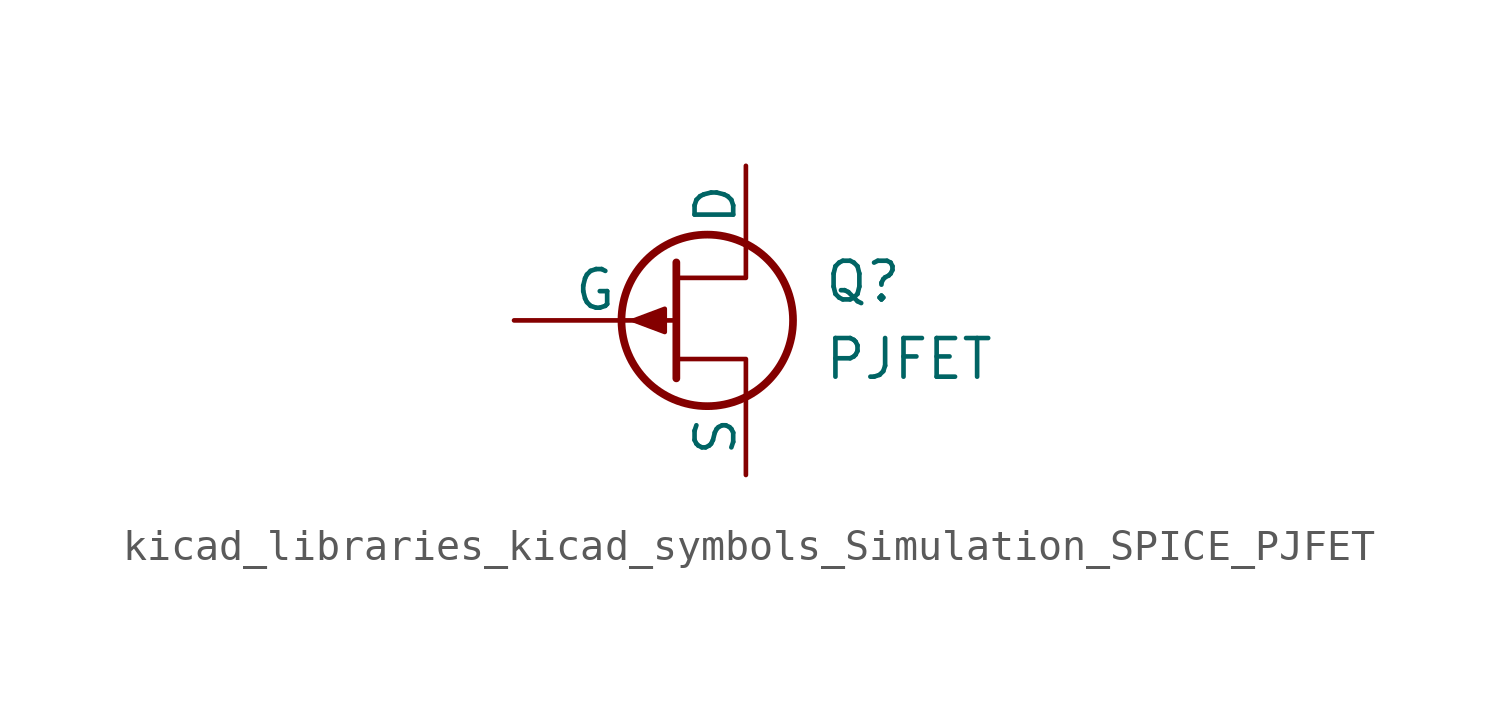
<source format=kicad_sym>
(kicad_symbol_lib
  (version 20220914)
  (generator kicad_symbol_editor)
  (symbol "kicad_libraries_kicad_symbols_Simulation_SPICE_PJFET"
    (pin_numbers hide)
    (pin_names
      (offset 0))
    (property "Reference" "Q"
      (at 5.08 1.27 0)
      (effects (font (size 1.27 1.27)) (justify left)))
    (property "Value" "PJFET"
      (at 5.08 -1.27 0)
      (effects (font (size 1.27 1.27)) (justify left)))
    (symbol "kicad_libraries_kicad_symbols_Simulation_SPICE_PJFET_0_1"
      (polyline (pts (xy 0.254 1.905) (xy 0.254 -1.905) (xy 0.254 -1.905)) (stroke (width 0.254) (type default)) (fill (type none)))
      (polyline (pts (xy 2.54 -2.54) (xy 2.54 -1.27) (xy 0.254 -1.27)) (stroke (width 0) (type default)) (fill (type none)))
      (polyline (pts (xy 2.54 2.54) (xy 2.54 1.397) (xy 0.254 1.397)) (stroke (width 0) (type default)) (fill (type none)))
      (polyline (pts (xy -1.143 0) (xy -0.127 0.381) (xy -0.127 -0.381) (xy -1.143 0)) (stroke (width 0) (type default)) (fill (type outline)))
      (circle (center 1.27 0) (radius 2.819) (stroke (width 0.254) (type default)) (fill (type none))))
    (symbol "kicad_libraries_kicad_symbols_Simulation_SPICE_PJFET_1_1"
      (pin passive line (at 2.54 5.08 270) (length 2.54) (name "D" (effects (font (size 1.27 1.27)))) (number "1" (effects (font (size 1.27 1.27)))))
      (pin input line (at -5.08 0 0) (length 5.334) (name "G" (effects (font (size 1.27 1.27)))) (number "2" (effects (font (size 1.27 1.27)))))
      (pin passive line (at 2.54 -5.08 90) (length 2.54) (name "S" (effects (font (size 1.27 1.27)))) (number "3" (effects (font (size 1.27 1.27))))))))
</source>
